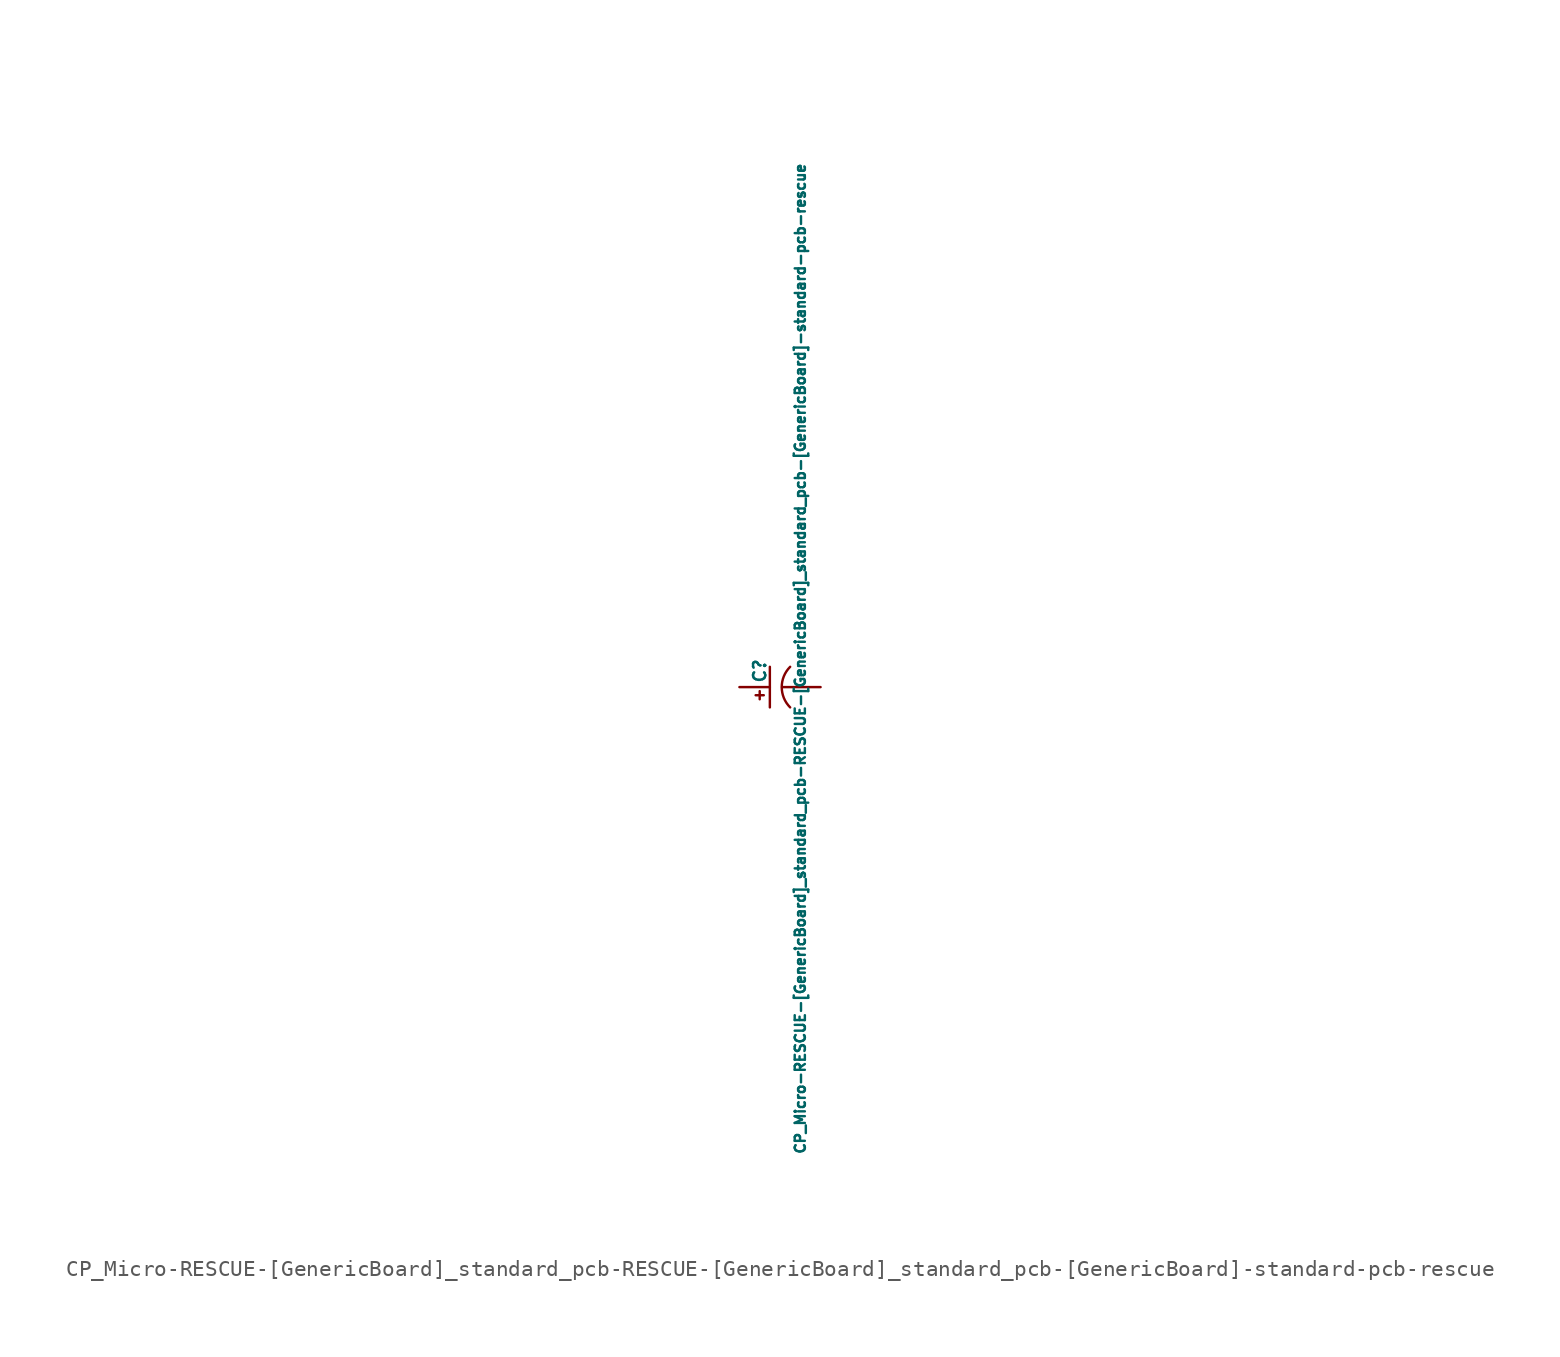
<source format=kicad_sym>
(kicad_symbol_lib
  (version 20211014)
  (generator kicad_symbol_editor)
  (symbol "CP_Micro-RESCUE-[GenericBoard]_standard_pcb-RESCUE-[GenericBoard]_standard_pcb-[GenericBoard]-standard-pcb-rescue"
    (pin_numbers hide)
    (pin_names
      (offset 0) hide)
    (property "Reference" "C"
      (at -1.27 1.016 90)
      (effects (font (size 0.762 0.762))))
    (property "Value" "CP_Micro-RESCUE-[GenericBoard]_standard_pcb-RESCUE-[GenericBoard]_standard_pcb-[GenericBoard]-standard-pcb-rescue"
      (at 1.27 1.778 90)
      (effects (font (size 0.635 0.635))))
    (property "Datasheet" ""
      (at -1.27 1.016 90)
      (effects (font (size 1.524 1.524))))
    (symbol "CP_Micro-RESCUE-[GenericBoard]_standard_pcb-RESCUE-[GenericBoard]_standard_pcb-[GenericBoard]-standard-pcb-rescue_0_1"
      (polyline (pts (xy -1.27 -0.762) (xy -1.27 -0.254) (xy -1.27 -0.254)) (stroke (width 0) (type default) (color 0 0 0 0)) (fill (type none)))
      (polyline (pts (xy -1.016 -0.508) (xy -1.524 -0.508) (xy -1.524 -0.508)) (stroke (width 0) (type default) (color 0 0 0 0)) (fill (type none)))
      (polyline (pts (xy -0.635 1.27) (xy -0.635 -1.27) (xy -0.635 -1.27)) (stroke (width 0) (type default) (color 0 0 0 0)) (fill (type none)))
      (arc (start 0.635 1.27) (mid 0.1089 0) (end 0.635 -1.27) (stroke (width 0) (type default) (color 0 0 0 0)) (fill (type none))))
    (symbol "CP_Micro-RESCUE-[GenericBoard]_standard_pcb-RESCUE-[GenericBoard]_standard_pcb-[GenericBoard]-standard-pcb-rescue_1_1"
      (pin passive line (at 2.54 0 180) (length 2.413) (name "GND" (effects (font (size 0.635 0.635)))) (number "1" (effects (font (size 0.635 0.635)))))
      (pin passive line (at -2.54 0 0) (length 1.905) (name "~" (effects (font (size 0.635 0.635)))) (number "2" (effects (font (size 0.635 0.635))))))))
</source>
